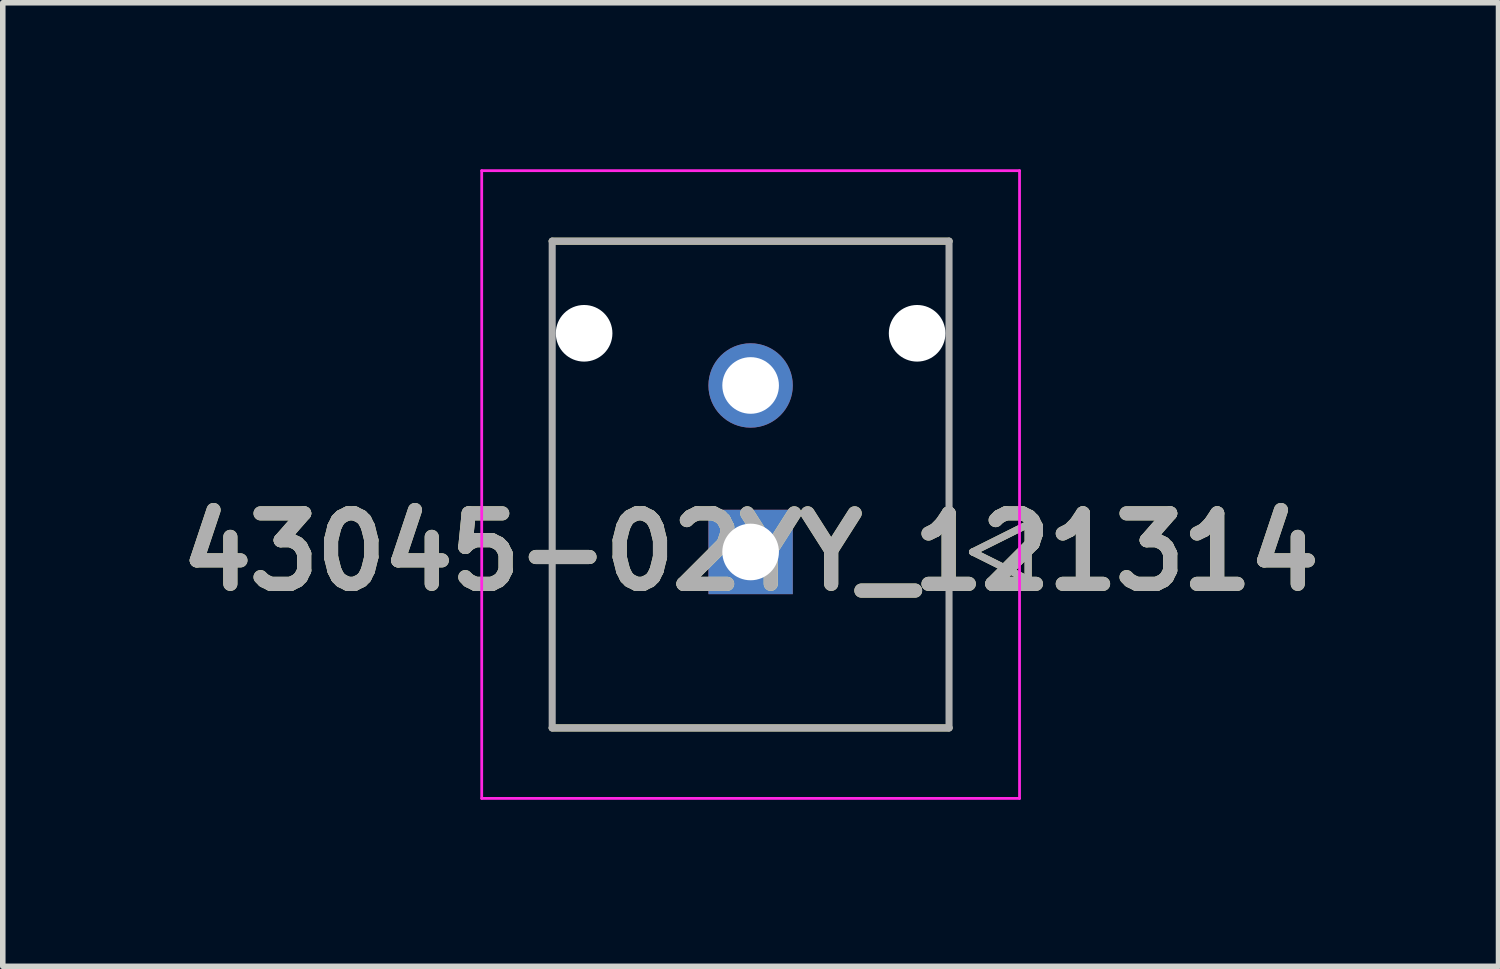
<source format=kicad_pcb>
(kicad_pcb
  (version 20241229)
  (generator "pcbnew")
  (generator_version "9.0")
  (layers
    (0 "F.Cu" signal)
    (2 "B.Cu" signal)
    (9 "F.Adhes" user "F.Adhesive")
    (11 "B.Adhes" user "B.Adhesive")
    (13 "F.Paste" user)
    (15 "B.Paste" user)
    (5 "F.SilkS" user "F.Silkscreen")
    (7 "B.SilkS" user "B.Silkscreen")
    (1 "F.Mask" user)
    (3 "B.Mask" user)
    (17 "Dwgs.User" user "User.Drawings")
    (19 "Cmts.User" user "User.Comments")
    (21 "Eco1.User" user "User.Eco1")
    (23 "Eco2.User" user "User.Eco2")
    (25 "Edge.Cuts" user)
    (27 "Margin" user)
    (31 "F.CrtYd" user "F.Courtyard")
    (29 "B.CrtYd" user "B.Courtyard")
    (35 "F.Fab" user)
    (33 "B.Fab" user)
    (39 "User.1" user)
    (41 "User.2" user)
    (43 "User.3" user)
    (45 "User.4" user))
  (footprint "43045-02YY_121314"
    (layer "F.Cu")
    (at 10.474 6.895)
    (property "Reference" "43045-02YY_121314" (at 0 0 0) (layer "F.SilkS") (effects (font (size 1.27 1.27) (thickness 0.254))))
    (attr through_hole)
    (fp_line (start -3.575 -5.6) (end 3.575 -5.6) (stroke (width 0.127) (type solid)) (layer "F.SilkS"))
    (fp_line (start 3.575 3.17) (end -3.575 3.17) (stroke (width 0.127) (type solid)) (layer "F.SilkS"))
    (fp_line (start 4 0) (end 5 -0.5) (stroke (width 0.127) (type solid)) (layer "F.SilkS"))
    (fp_line (start 5 -0.5) (end 5 0.5) (stroke (width 0.127) (type solid)) (layer "F.SilkS"))
    (fp_line (start 5 0.5) (end 4 0) (stroke (width 0.127) (type solid)) (layer "F.SilkS"))
    (fp_line (start -4.845 -6.87) (end 4.845 -6.87) (stroke (width 0.05) (type solid)) (layer "F.CrtYd"))
    (fp_line (start -4.845 4.44) (end -4.845 -6.87) (stroke (width 0.05) (type solid)) (layer "F.CrtYd"))
    (fp_line (start 4.845 -6.87) (end 4.845 4.44) (stroke (width 0.05) (type solid)) (layer "F.CrtYd"))
    (fp_line (start 4.845 4.44) (end -4.845 4.44) (stroke (width 0.05) (type solid)) (layer "F.CrtYd"))
    (fp_line (start -3.575 -5.6) (end 3.575 -5.6) (stroke (width 0.127) (type solid)) (layer "F.Fab"))
    (fp_line (start -3.575 3.17) (end -3.575 -5.6) (stroke (width 0.127) (type solid)) (layer "F.Fab"))
    (fp_line (start 3.575 -5.6) (end 3.575 3.17) (stroke (width 0.127) (type solid)) (layer "F.Fab"))
    (fp_line (start 3.575 3.17) (end -3.575 3.17) (stroke (width 0.127) (type solid)) (layer "F.Fab"))
    (fp_line (start 4 0) (end 5 -0.5) (stroke (width 0.127) (type solid)) (layer "F.Fab"))
    (fp_line (start 5 -0.5) (end 5 0.5) (stroke (width 0.127) (type solid)) (layer "F.Fab"))
    (fp_line (start 5 0.5) (end 4 0) (stroke (width 0.127) (type solid)) (layer "F.Fab"))
    (fp_text user "${REFERENCE}" (at 0 0 0) (layer "F.Fab") (effects (font (size 1.27 1.27) (thickness 0.254))))
    (pad "" np_thru_hole circle (at -3 -3.94) (size 1.02 1.02) (drill 1.02) (layers "*.Cu" "*.Mask"))
    (pad "" np_thru_hole circle (at 3 -3.94) (size 1.02 1.02) (drill 1.02) (layers "*.Cu" "*.Mask"))
    (pad "1" thru_hole rect (at 0 0) (size 1.52 1.52) (drill 1.02) (layers "*.Cu" "*.Mask"))
    (pad "2" thru_hole circle (at 0 -3) (size 1.52 1.52) (drill 1.02) (layers "*.Cu" "*.Mask")))
  (gr_rect
    (start -3 -3)
    (end 23.949 14.36)
    (stroke (width 0.1) (type default))
    (fill no)
    (layer "Edge.Cuts")))
</source>
